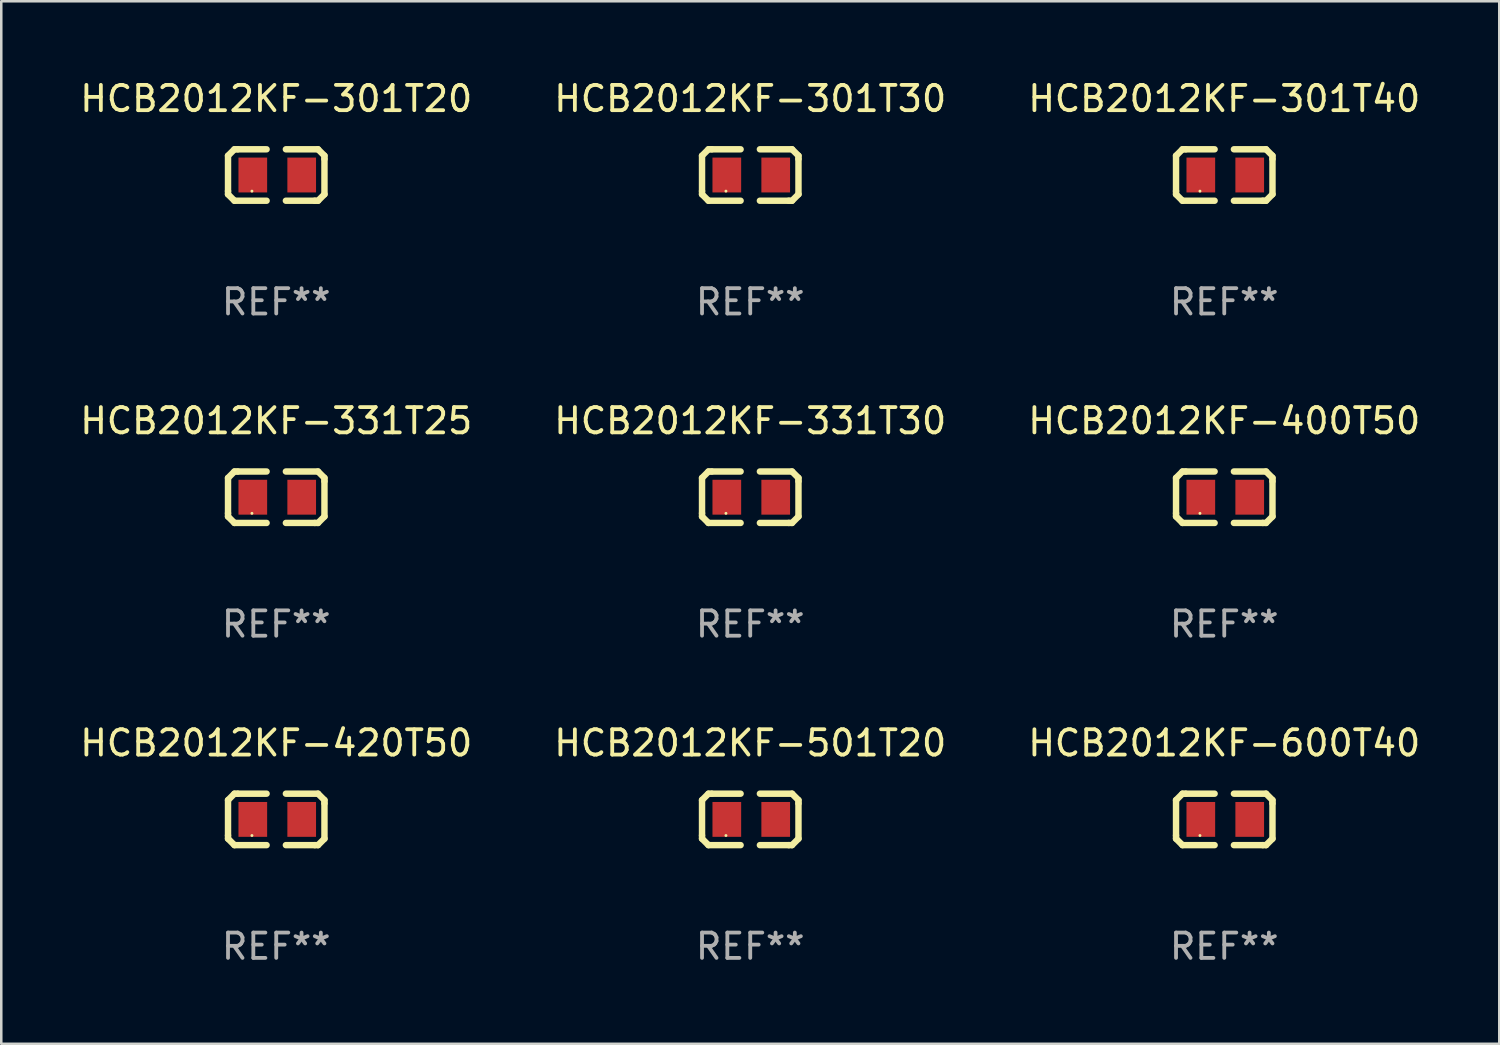
<source format=kicad_pcb>
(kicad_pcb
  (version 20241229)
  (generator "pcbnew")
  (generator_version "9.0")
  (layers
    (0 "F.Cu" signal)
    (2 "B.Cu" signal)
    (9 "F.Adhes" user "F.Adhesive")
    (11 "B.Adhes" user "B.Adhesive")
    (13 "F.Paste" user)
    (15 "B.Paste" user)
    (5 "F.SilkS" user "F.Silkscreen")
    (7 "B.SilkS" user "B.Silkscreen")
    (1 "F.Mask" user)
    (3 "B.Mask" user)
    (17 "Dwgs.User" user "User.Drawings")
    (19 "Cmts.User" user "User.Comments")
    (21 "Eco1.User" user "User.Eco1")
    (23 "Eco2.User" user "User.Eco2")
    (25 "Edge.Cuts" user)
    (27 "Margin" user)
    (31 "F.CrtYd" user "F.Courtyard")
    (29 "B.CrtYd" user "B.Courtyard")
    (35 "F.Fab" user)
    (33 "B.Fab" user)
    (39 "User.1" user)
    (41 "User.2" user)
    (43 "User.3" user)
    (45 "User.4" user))
  (footprint "HCB2012KF-501T20"
    (layer "F.Cu")
    (at 26.589 29.321)
    (property "Reference" "HCB2012KF-501T20" (at 0 -3.016 0) (layer "F.SilkS") (effects (font (size 1 1) (thickness 0.15))))
    (attr through_hole)
    (fp_line (start -1.905 -0.762) (end -1.905 0.635) (stroke (width 0.254) (type solid)) (layer "F.SilkS"))
    (fp_line (start -1.905 0.635) (end -1.905 0.762) (stroke (width 0.254) (type solid)) (layer "F.SilkS"))
    (fp_line (start -1.905 0.762) (end -1.651 1.016) (stroke (width 0.254) (type solid)) (layer "F.SilkS"))
    (fp_line (start -1.651 -1.016) (end -1.905 -0.762) (stroke (width 0.254) (type solid)) (layer "F.SilkS"))
    (fp_line (start -1.651 1.016) (end -0.381 1.016) (stroke (width 0.254) (type solid)) (layer "F.SilkS"))
    (fp_line (start -1.524 -1.016) (end -1.651 -1.016) (stroke (width 0.254) (type solid)) (layer "F.SilkS"))
    (fp_line (start -0.381 -1.016) (end -1.524 -1.016) (stroke (width 0.254) (type solid)) (layer "F.SilkS"))
    (fp_line (start 0.381 1.016) (end 1.524 1.016) (stroke (width 0.254) (type solid)) (layer "F.SilkS"))
    (fp_line (start 1.524 1.016) (end 1.651 1.016) (stroke (width 0.254) (type solid)) (layer "F.SilkS"))
    (fp_line (start 1.651 -1.016) (end 0.381 -1.016) (stroke (width 0.254) (type solid)) (layer "F.SilkS"))
    (fp_line (start 1.651 1.016) (end 1.905 0.762) (stroke (width 0.254) (type solid)) (layer "F.SilkS"))
    (fp_line (start 1.905 -0.762) (end 1.651 -1.016) (stroke (width 0.254) (type solid)) (layer "F.SilkS"))
    (fp_line (start 1.905 -0.635) (end 1.905 -0.762) (stroke (width 0.254) (type solid)) (layer "F.SilkS"))
    (fp_line (start 1.905 0.762) (end 1.905 -0.635) (stroke (width 0.254) (type solid)) (layer "F.SilkS"))
    (fp_circle (center -0.96 0.637) (end -0.93 0.637) (stroke (width 0.06) (type solid)) (fill no) (layer "F.SilkS"))
    (fp_text user "REF**" (at 0 5.016 0) (layer "F.Fab") (effects (font (size 1 1) (thickness 0.15))))
    (pad "1" smd rect (at -0.926 -0.000051) (size 1.133 1.377) (layers "F.Cu" "F.Mask" "F.Paste"))
    (pad "2" smd rect (at 1.006 -0.000051) (size 1.133 1.377) (layers "F.Cu" "F.Mask" "F.Paste")))
  (footprint "HCB2012KF-420T50"
    (layer "F.Cu")
    (at 7.863 29.321)
    (property "Reference" "HCB2012KF-420T50" (at 0 -3.016 0) (layer "F.SilkS") (effects (font (size 1 1) (thickness 0.15))))
    (attr through_hole)
    (fp_line (start -1.905 -0.762) (end -1.905 0.635) (stroke (width 0.254) (type solid)) (layer "F.SilkS"))
    (fp_line (start -1.905 0.635) (end -1.905 0.762) (stroke (width 0.254) (type solid)) (layer "F.SilkS"))
    (fp_line (start -1.905 0.762) (end -1.651 1.016) (stroke (width 0.254) (type solid)) (layer "F.SilkS"))
    (fp_line (start -1.651 -1.016) (end -1.905 -0.762) (stroke (width 0.254) (type solid)) (layer "F.SilkS"))
    (fp_line (start -1.651 1.016) (end -0.381 1.016) (stroke (width 0.254) (type solid)) (layer "F.SilkS"))
    (fp_line (start -1.524 -1.016) (end -1.651 -1.016) (stroke (width 0.254) (type solid)) (layer "F.SilkS"))
    (fp_line (start -0.381 -1.016) (end -1.524 -1.016) (stroke (width 0.254) (type solid)) (layer "F.SilkS"))
    (fp_line (start 0.381 1.016) (end 1.524 1.016) (stroke (width 0.254) (type solid)) (layer "F.SilkS"))
    (fp_line (start 1.524 1.016) (end 1.651 1.016) (stroke (width 0.254) (type solid)) (layer "F.SilkS"))
    (fp_line (start 1.651 -1.016) (end 0.381 -1.016) (stroke (width 0.254) (type solid)) (layer "F.SilkS"))
    (fp_line (start 1.651 1.016) (end 1.905 0.762) (stroke (width 0.254) (type solid)) (layer "F.SilkS"))
    (fp_line (start 1.905 -0.762) (end 1.651 -1.016) (stroke (width 0.254) (type solid)) (layer "F.SilkS"))
    (fp_line (start 1.905 -0.635) (end 1.905 -0.762) (stroke (width 0.254) (type solid)) (layer "F.SilkS"))
    (fp_line (start 1.905 0.762) (end 1.905 -0.635) (stroke (width 0.254) (type solid)) (layer "F.SilkS"))
    (fp_circle (center -0.96 0.637) (end -0.93 0.637) (stroke (width 0.06) (type solid)) (fill no) (layer "F.SilkS"))
    (fp_text user "REF**" (at 0 5.016 0) (layer "F.Fab") (effects (font (size 1 1) (thickness 0.15))))
    (pad "1" smd rect (at -0.926 -0.000051) (size 1.133 1.377) (layers "F.Cu" "F.Mask" "F.Paste"))
    (pad "2" smd rect (at 1.006 -0.000051) (size 1.133 1.377) (layers "F.Cu" "F.Mask" "F.Paste")))
  (footprint "HCB2012KF-400T50"
    (layer "F.Cu")
    (at 45.315 16.593)
    (property "Reference" "HCB2012KF-400T50" (at 0 -3.016 0) (layer "F.SilkS") (effects (font (size 1 1) (thickness 0.15))))
    (attr through_hole)
    (fp_line (start -1.905 -0.762) (end -1.905 0.635) (stroke (width 0.254) (type solid)) (layer "F.SilkS"))
    (fp_line (start -1.905 0.635) (end -1.905 0.762) (stroke (width 0.254) (type solid)) (layer "F.SilkS"))
    (fp_line (start -1.905 0.762) (end -1.651 1.016) (stroke (width 0.254) (type solid)) (layer "F.SilkS"))
    (fp_line (start -1.651 -1.016) (end -1.905 -0.762) (stroke (width 0.254) (type solid)) (layer "F.SilkS"))
    (fp_line (start -1.651 1.016) (end -0.381 1.016) (stroke (width 0.254) (type solid)) (layer "F.SilkS"))
    (fp_line (start -1.524 -1.016) (end -1.651 -1.016) (stroke (width 0.254) (type solid)) (layer "F.SilkS"))
    (fp_line (start -0.381 -1.016) (end -1.524 -1.016) (stroke (width 0.254) (type solid)) (layer "F.SilkS"))
    (fp_line (start 0.381 1.016) (end 1.524 1.016) (stroke (width 0.254) (type solid)) (layer "F.SilkS"))
    (fp_line (start 1.524 1.016) (end 1.651 1.016) (stroke (width 0.254) (type solid)) (layer "F.SilkS"))
    (fp_line (start 1.651 -1.016) (end 0.381 -1.016) (stroke (width 0.254) (type solid)) (layer "F.SilkS"))
    (fp_line (start 1.651 1.016) (end 1.905 0.762) (stroke (width 0.254) (type solid)) (layer "F.SilkS"))
    (fp_line (start 1.905 -0.762) (end 1.651 -1.016) (stroke (width 0.254) (type solid)) (layer "F.SilkS"))
    (fp_line (start 1.905 -0.635) (end 1.905 -0.762) (stroke (width 0.254) (type solid)) (layer "F.SilkS"))
    (fp_line (start 1.905 0.762) (end 1.905 -0.635) (stroke (width 0.254) (type solid)) (layer "F.SilkS"))
    (fp_circle (center -0.96 0.637) (end -0.93 0.637) (stroke (width 0.06) (type solid)) (fill no) (layer "F.SilkS"))
    (fp_text user "REF**" (at 0 5.016 0) (layer "F.Fab") (effects (font (size 1 1) (thickness 0.15))))
    (pad "1" smd rect (at -0.926 -0.000051) (size 1.133 1.377) (layers "F.Cu" "F.Mask" "F.Paste"))
    (pad "2" smd rect (at 1.006 -0.000051) (size 1.133 1.377) (layers "F.Cu" "F.Mask" "F.Paste")))
  (footprint "HCB2012KF-600T40"
    (layer "F.Cu")
    (at 45.315 29.321)
    (property "Reference" "HCB2012KF-600T40" (at 0 -3.016 0) (layer "F.SilkS") (effects (font (size 1 1) (thickness 0.15))))
    (attr through_hole)
    (fp_line (start -1.905 -0.762) (end -1.905 0.635) (stroke (width 0.254) (type solid)) (layer "F.SilkS"))
    (fp_line (start -1.905 0.635) (end -1.905 0.762) (stroke (width 0.254) (type solid)) (layer "F.SilkS"))
    (fp_line (start -1.905 0.762) (end -1.651 1.016) (stroke (width 0.254) (type solid)) (layer "F.SilkS"))
    (fp_line (start -1.651 -1.016) (end -1.905 -0.762) (stroke (width 0.254) (type solid)) (layer "F.SilkS"))
    (fp_line (start -1.651 1.016) (end -0.381 1.016) (stroke (width 0.254) (type solid)) (layer "F.SilkS"))
    (fp_line (start -1.524 -1.016) (end -1.651 -1.016) (stroke (width 0.254) (type solid)) (layer "F.SilkS"))
    (fp_line (start -0.381 -1.016) (end -1.524 -1.016) (stroke (width 0.254) (type solid)) (layer "F.SilkS"))
    (fp_line (start 0.381 1.016) (end 1.524 1.016) (stroke (width 0.254) (type solid)) (layer "F.SilkS"))
    (fp_line (start 1.524 1.016) (end 1.651 1.016) (stroke (width 0.254) (type solid)) (layer "F.SilkS"))
    (fp_line (start 1.651 -1.016) (end 0.381 -1.016) (stroke (width 0.254) (type solid)) (layer "F.SilkS"))
    (fp_line (start 1.651 1.016) (end 1.905 0.762) (stroke (width 0.254) (type solid)) (layer "F.SilkS"))
    (fp_line (start 1.905 -0.762) (end 1.651 -1.016) (stroke (width 0.254) (type solid)) (layer "F.SilkS"))
    (fp_line (start 1.905 -0.635) (end 1.905 -0.762) (stroke (width 0.254) (type solid)) (layer "F.SilkS"))
    (fp_line (start 1.905 0.762) (end 1.905 -0.635) (stroke (width 0.254) (type solid)) (layer "F.SilkS"))
    (fp_circle (center -0.96 0.637) (end -0.93 0.637) (stroke (width 0.06) (type solid)) (fill no) (layer "F.SilkS"))
    (fp_text user "REF**" (at 0 5.016 0) (layer "F.Fab") (effects (font (size 1 1) (thickness 0.15))))
    (pad "1" smd rect (at -0.926 -0.000051) (size 1.133 1.377) (layers "F.Cu" "F.Mask" "F.Paste"))
    (pad "2" smd rect (at 1.006 -0.000051) (size 1.133 1.377) (layers "F.Cu" "F.Mask" "F.Paste")))
  (footprint "HCB2012KF-331T30"
    (layer "F.Cu")
    (at 26.589 16.593)
    (property "Reference" "HCB2012KF-331T30" (at 0 -3.016 0) (layer "F.SilkS") (effects (font (size 1 1) (thickness 0.15))))
    (attr through_hole)
    (fp_line (start -1.905 -0.762) (end -1.905 0.635) (stroke (width 0.254) (type solid)) (layer "F.SilkS"))
    (fp_line (start -1.905 0.635) (end -1.905 0.762) (stroke (width 0.254) (type solid)) (layer "F.SilkS"))
    (fp_line (start -1.905 0.762) (end -1.651 1.016) (stroke (width 0.254) (type solid)) (layer "F.SilkS"))
    (fp_line (start -1.651 -1.016) (end -1.905 -0.762) (stroke (width 0.254) (type solid)) (layer "F.SilkS"))
    (fp_line (start -1.651 1.016) (end -0.381 1.016) (stroke (width 0.254) (type solid)) (layer "F.SilkS"))
    (fp_line (start -1.524 -1.016) (end -1.651 -1.016) (stroke (width 0.254) (type solid)) (layer "F.SilkS"))
    (fp_line (start -0.381 -1.016) (end -1.524 -1.016) (stroke (width 0.254) (type solid)) (layer "F.SilkS"))
    (fp_line (start 0.381 1.016) (end 1.524 1.016) (stroke (width 0.254) (type solid)) (layer "F.SilkS"))
    (fp_line (start 1.524 1.016) (end 1.651 1.016) (stroke (width 0.254) (type solid)) (layer "F.SilkS"))
    (fp_line (start 1.651 -1.016) (end 0.381 -1.016) (stroke (width 0.254) (type solid)) (layer "F.SilkS"))
    (fp_line (start 1.651 1.016) (end 1.905 0.762) (stroke (width 0.254) (type solid)) (layer "F.SilkS"))
    (fp_line (start 1.905 -0.762) (end 1.651 -1.016) (stroke (width 0.254) (type solid)) (layer "F.SilkS"))
    (fp_line (start 1.905 -0.635) (end 1.905 -0.762) (stroke (width 0.254) (type solid)) (layer "F.SilkS"))
    (fp_line (start 1.905 0.762) (end 1.905 -0.635) (stroke (width 0.254) (type solid)) (layer "F.SilkS"))
    (fp_circle (center -0.96 0.637) (end -0.93 0.637) (stroke (width 0.06) (type solid)) (fill no) (layer "F.SilkS"))
    (fp_text user "REF**" (at 0 5.016 0) (layer "F.Fab") (effects (font (size 1 1) (thickness 0.15))))
    (pad "1" smd rect (at -0.926 -0.000051) (size 1.133 1.377) (layers "F.Cu" "F.Mask" "F.Paste"))
    (pad "2" smd rect (at 1.006 -0.000051) (size 1.133 1.377) (layers "F.Cu" "F.Mask" "F.Paste")))
  (footprint "HCB2012KF-301T40"
    (layer "F.Cu")
    (at 45.315 3.864)
    (property "Reference" "HCB2012KF-301T40" (at 0 -3.016 0) (layer "F.SilkS") (effects (font (size 1 1) (thickness 0.15))))
    (attr through_hole)
    (fp_line (start -1.905 -0.762) (end -1.905 0.635) (stroke (width 0.254) (type solid)) (layer "F.SilkS"))
    (fp_line (start -1.905 0.635) (end -1.905 0.762) (stroke (width 0.254) (type solid)) (layer "F.SilkS"))
    (fp_line (start -1.905 0.762) (end -1.651 1.016) (stroke (width 0.254) (type solid)) (layer "F.SilkS"))
    (fp_line (start -1.651 -1.016) (end -1.905 -0.762) (stroke (width 0.254) (type solid)) (layer "F.SilkS"))
    (fp_line (start -1.651 1.016) (end -0.381 1.016) (stroke (width 0.254) (type solid)) (layer "F.SilkS"))
    (fp_line (start -1.524 -1.016) (end -1.651 -1.016) (stroke (width 0.254) (type solid)) (layer "F.SilkS"))
    (fp_line (start -0.381 -1.016) (end -1.524 -1.016) (stroke (width 0.254) (type solid)) (layer "F.SilkS"))
    (fp_line (start 0.381 1.016) (end 1.524 1.016) (stroke (width 0.254) (type solid)) (layer "F.SilkS"))
    (fp_line (start 1.524 1.016) (end 1.651 1.016) (stroke (width 0.254) (type solid)) (layer "F.SilkS"))
    (fp_line (start 1.651 -1.016) (end 0.381 -1.016) (stroke (width 0.254) (type solid)) (layer "F.SilkS"))
    (fp_line (start 1.651 1.016) (end 1.905 0.762) (stroke (width 0.254) (type solid)) (layer "F.SilkS"))
    (fp_line (start 1.905 -0.762) (end 1.651 -1.016) (stroke (width 0.254) (type solid)) (layer "F.SilkS"))
    (fp_line (start 1.905 -0.635) (end 1.905 -0.762) (stroke (width 0.254) (type solid)) (layer "F.SilkS"))
    (fp_line (start 1.905 0.762) (end 1.905 -0.635) (stroke (width 0.254) (type solid)) (layer "F.SilkS"))
    (fp_circle (center -0.96 0.637) (end -0.93 0.637) (stroke (width 0.06) (type solid)) (fill no) (layer "F.SilkS"))
    (fp_text user "REF**" (at 0 5.016 0) (layer "F.Fab") (effects (font (size 1 1) (thickness 0.15))))
    (pad "1" smd rect (at -0.926 -0.000051) (size 1.133 1.377) (layers "F.Cu" "F.Mask" "F.Paste"))
    (pad "2" smd rect (at 1.006 -0.000051) (size 1.133 1.377) (layers "F.Cu" "F.Mask" "F.Paste")))
  (footprint "HCB2012KF-331T25"
    (layer "F.Cu")
    (at 7.863 16.593)
    (property "Reference" "HCB2012KF-331T25" (at 0 -3.016 0) (layer "F.SilkS") (effects (font (size 1 1) (thickness 0.15))))
    (attr through_hole)
    (fp_line (start -1.905 -0.762) (end -1.905 0.635) (stroke (width 0.254) (type solid)) (layer "F.SilkS"))
    (fp_line (start -1.905 0.635) (end -1.905 0.762) (stroke (width 0.254) (type solid)) (layer "F.SilkS"))
    (fp_line (start -1.905 0.762) (end -1.651 1.016) (stroke (width 0.254) (type solid)) (layer "F.SilkS"))
    (fp_line (start -1.651 -1.016) (end -1.905 -0.762) (stroke (width 0.254) (type solid)) (layer "F.SilkS"))
    (fp_line (start -1.651 1.016) (end -0.381 1.016) (stroke (width 0.254) (type solid)) (layer "F.SilkS"))
    (fp_line (start -1.524 -1.016) (end -1.651 -1.016) (stroke (width 0.254) (type solid)) (layer "F.SilkS"))
    (fp_line (start -0.381 -1.016) (end -1.524 -1.016) (stroke (width 0.254) (type solid)) (layer "F.SilkS"))
    (fp_line (start 0.381 1.016) (end 1.524 1.016) (stroke (width 0.254) (type solid)) (layer "F.SilkS"))
    (fp_line (start 1.524 1.016) (end 1.651 1.016) (stroke (width 0.254) (type solid)) (layer "F.SilkS"))
    (fp_line (start 1.651 -1.016) (end 0.381 -1.016) (stroke (width 0.254) (type solid)) (layer "F.SilkS"))
    (fp_line (start 1.651 1.016) (end 1.905 0.762) (stroke (width 0.254) (type solid)) (layer "F.SilkS"))
    (fp_line (start 1.905 -0.762) (end 1.651 -1.016) (stroke (width 0.254) (type solid)) (layer "F.SilkS"))
    (fp_line (start 1.905 -0.635) (end 1.905 -0.762) (stroke (width 0.254) (type solid)) (layer "F.SilkS"))
    (fp_line (start 1.905 0.762) (end 1.905 -0.635) (stroke (width 0.254) (type solid)) (layer "F.SilkS"))
    (fp_circle (center -0.96 0.637) (end -0.93 0.637) (stroke (width 0.06) (type solid)) (fill no) (layer "F.SilkS"))
    (fp_text user "REF**" (at 0 5.016 0) (layer "F.Fab") (effects (font (size 1 1) (thickness 0.15))))
    (pad "1" smd rect (at -0.926 -0.000051) (size 1.133 1.377) (layers "F.Cu" "F.Mask" "F.Paste"))
    (pad "2" smd rect (at 1.006 -0.000051) (size 1.133 1.377) (layers "F.Cu" "F.Mask" "F.Paste")))
  (footprint "HCB2012KF-301T20"
    (layer "F.Cu")
    (at 7.863 3.864)
    (property "Reference" "HCB2012KF-301T20" (at 0 -3.016 0) (layer "F.SilkS") (effects (font (size 1 1) (thickness 0.15))))
    (attr through_hole)
    (fp_line (start -1.905 -0.762) (end -1.905 0.635) (stroke (width 0.254) (type solid)) (layer "F.SilkS"))
    (fp_line (start -1.905 0.635) (end -1.905 0.762) (stroke (width 0.254) (type solid)) (layer "F.SilkS"))
    (fp_line (start -1.905 0.762) (end -1.651 1.016) (stroke (width 0.254) (type solid)) (layer "F.SilkS"))
    (fp_line (start -1.651 -1.016) (end -1.905 -0.762) (stroke (width 0.254) (type solid)) (layer "F.SilkS"))
    (fp_line (start -1.651 1.016) (end -0.381 1.016) (stroke (width 0.254) (type solid)) (layer "F.SilkS"))
    (fp_line (start -1.524 -1.016) (end -1.651 -1.016) (stroke (width 0.254) (type solid)) (layer "F.SilkS"))
    (fp_line (start -0.381 -1.016) (end -1.524 -1.016) (stroke (width 0.254) (type solid)) (layer "F.SilkS"))
    (fp_line (start 0.381 1.016) (end 1.524 1.016) (stroke (width 0.254) (type solid)) (layer "F.SilkS"))
    (fp_line (start 1.524 1.016) (end 1.651 1.016) (stroke (width 0.254) (type solid)) (layer "F.SilkS"))
    (fp_line (start 1.651 -1.016) (end 0.381 -1.016) (stroke (width 0.254) (type solid)) (layer "F.SilkS"))
    (fp_line (start 1.651 1.016) (end 1.905 0.762) (stroke (width 0.254) (type solid)) (layer "F.SilkS"))
    (fp_line (start 1.905 -0.762) (end 1.651 -1.016) (stroke (width 0.254) (type solid)) (layer "F.SilkS"))
    (fp_line (start 1.905 -0.635) (end 1.905 -0.762) (stroke (width 0.254) (type solid)) (layer "F.SilkS"))
    (fp_line (start 1.905 0.762) (end 1.905 -0.635) (stroke (width 0.254) (type solid)) (layer "F.SilkS"))
    (fp_circle (center -0.96 0.637) (end -0.93 0.637) (stroke (width 0.06) (type solid)) (fill no) (layer "F.SilkS"))
    (fp_text user "REF**" (at 0 5.016 0) (layer "F.Fab") (effects (font (size 1 1) (thickness 0.15))))
    (pad "1" smd rect (at -0.926 -0.000051) (size 1.133 1.377) (layers "F.Cu" "F.Mask" "F.Paste"))
    (pad "2" smd rect (at 1.006 -0.000051) (size 1.133 1.377) (layers "F.Cu" "F.Mask" "F.Paste")))
  (footprint "HCB2012KF-301T30"
    (layer "F.Cu")
    (at 26.589 3.864)
    (property "Reference" "HCB2012KF-301T30" (at 0 -3.016 0) (layer "F.SilkS") (effects (font (size 1 1) (thickness 0.15))))
    (attr through_hole)
    (fp_line (start -1.905 -0.762) (end -1.905 0.635) (stroke (width 0.254) (type solid)) (layer "F.SilkS"))
    (fp_line (start -1.905 0.635) (end -1.905 0.762) (stroke (width 0.254) (type solid)) (layer "F.SilkS"))
    (fp_line (start -1.905 0.762) (end -1.651 1.016) (stroke (width 0.254) (type solid)) (layer "F.SilkS"))
    (fp_line (start -1.651 -1.016) (end -1.905 -0.762) (stroke (width 0.254) (type solid)) (layer "F.SilkS"))
    (fp_line (start -1.651 1.016) (end -0.381 1.016) (stroke (width 0.254) (type solid)) (layer "F.SilkS"))
    (fp_line (start -1.524 -1.016) (end -1.651 -1.016) (stroke (width 0.254) (type solid)) (layer "F.SilkS"))
    (fp_line (start -0.381 -1.016) (end -1.524 -1.016) (stroke (width 0.254) (type solid)) (layer "F.SilkS"))
    (fp_line (start 0.381 1.016) (end 1.524 1.016) (stroke (width 0.254) (type solid)) (layer "F.SilkS"))
    (fp_line (start 1.524 1.016) (end 1.651 1.016) (stroke (width 0.254) (type solid)) (layer "F.SilkS"))
    (fp_line (start 1.651 -1.016) (end 0.381 -1.016) (stroke (width 0.254) (type solid)) (layer "F.SilkS"))
    (fp_line (start 1.651 1.016) (end 1.905 0.762) (stroke (width 0.254) (type solid)) (layer "F.SilkS"))
    (fp_line (start 1.905 -0.762) (end 1.651 -1.016) (stroke (width 0.254) (type solid)) (layer "F.SilkS"))
    (fp_line (start 1.905 -0.635) (end 1.905 -0.762) (stroke (width 0.254) (type solid)) (layer "F.SilkS"))
    (fp_line (start 1.905 0.762) (end 1.905 -0.635) (stroke (width 0.254) (type solid)) (layer "F.SilkS"))
    (fp_circle (center -0.96 0.637) (end -0.93 0.637) (stroke (width 0.06) (type solid)) (fill no) (layer "F.SilkS"))
    (fp_text user "REF**" (at 0 5.016 0) (layer "F.Fab") (effects (font (size 1 1) (thickness 0.15))))
    (pad "1" smd rect (at -0.926 -0.000051) (size 1.133 1.377) (layers "F.Cu" "F.Mask" "F.Paste"))
    (pad "2" smd rect (at 1.006 -0.000051) (size 1.133 1.377) (layers "F.Cu" "F.Mask" "F.Paste")))
  (gr_rect
    (start -3 -3)
    (end 56.179 38.186)
    (stroke (width 0.1) (type default))
    (fill no)
    (layer "Edge.Cuts")))
</source>
